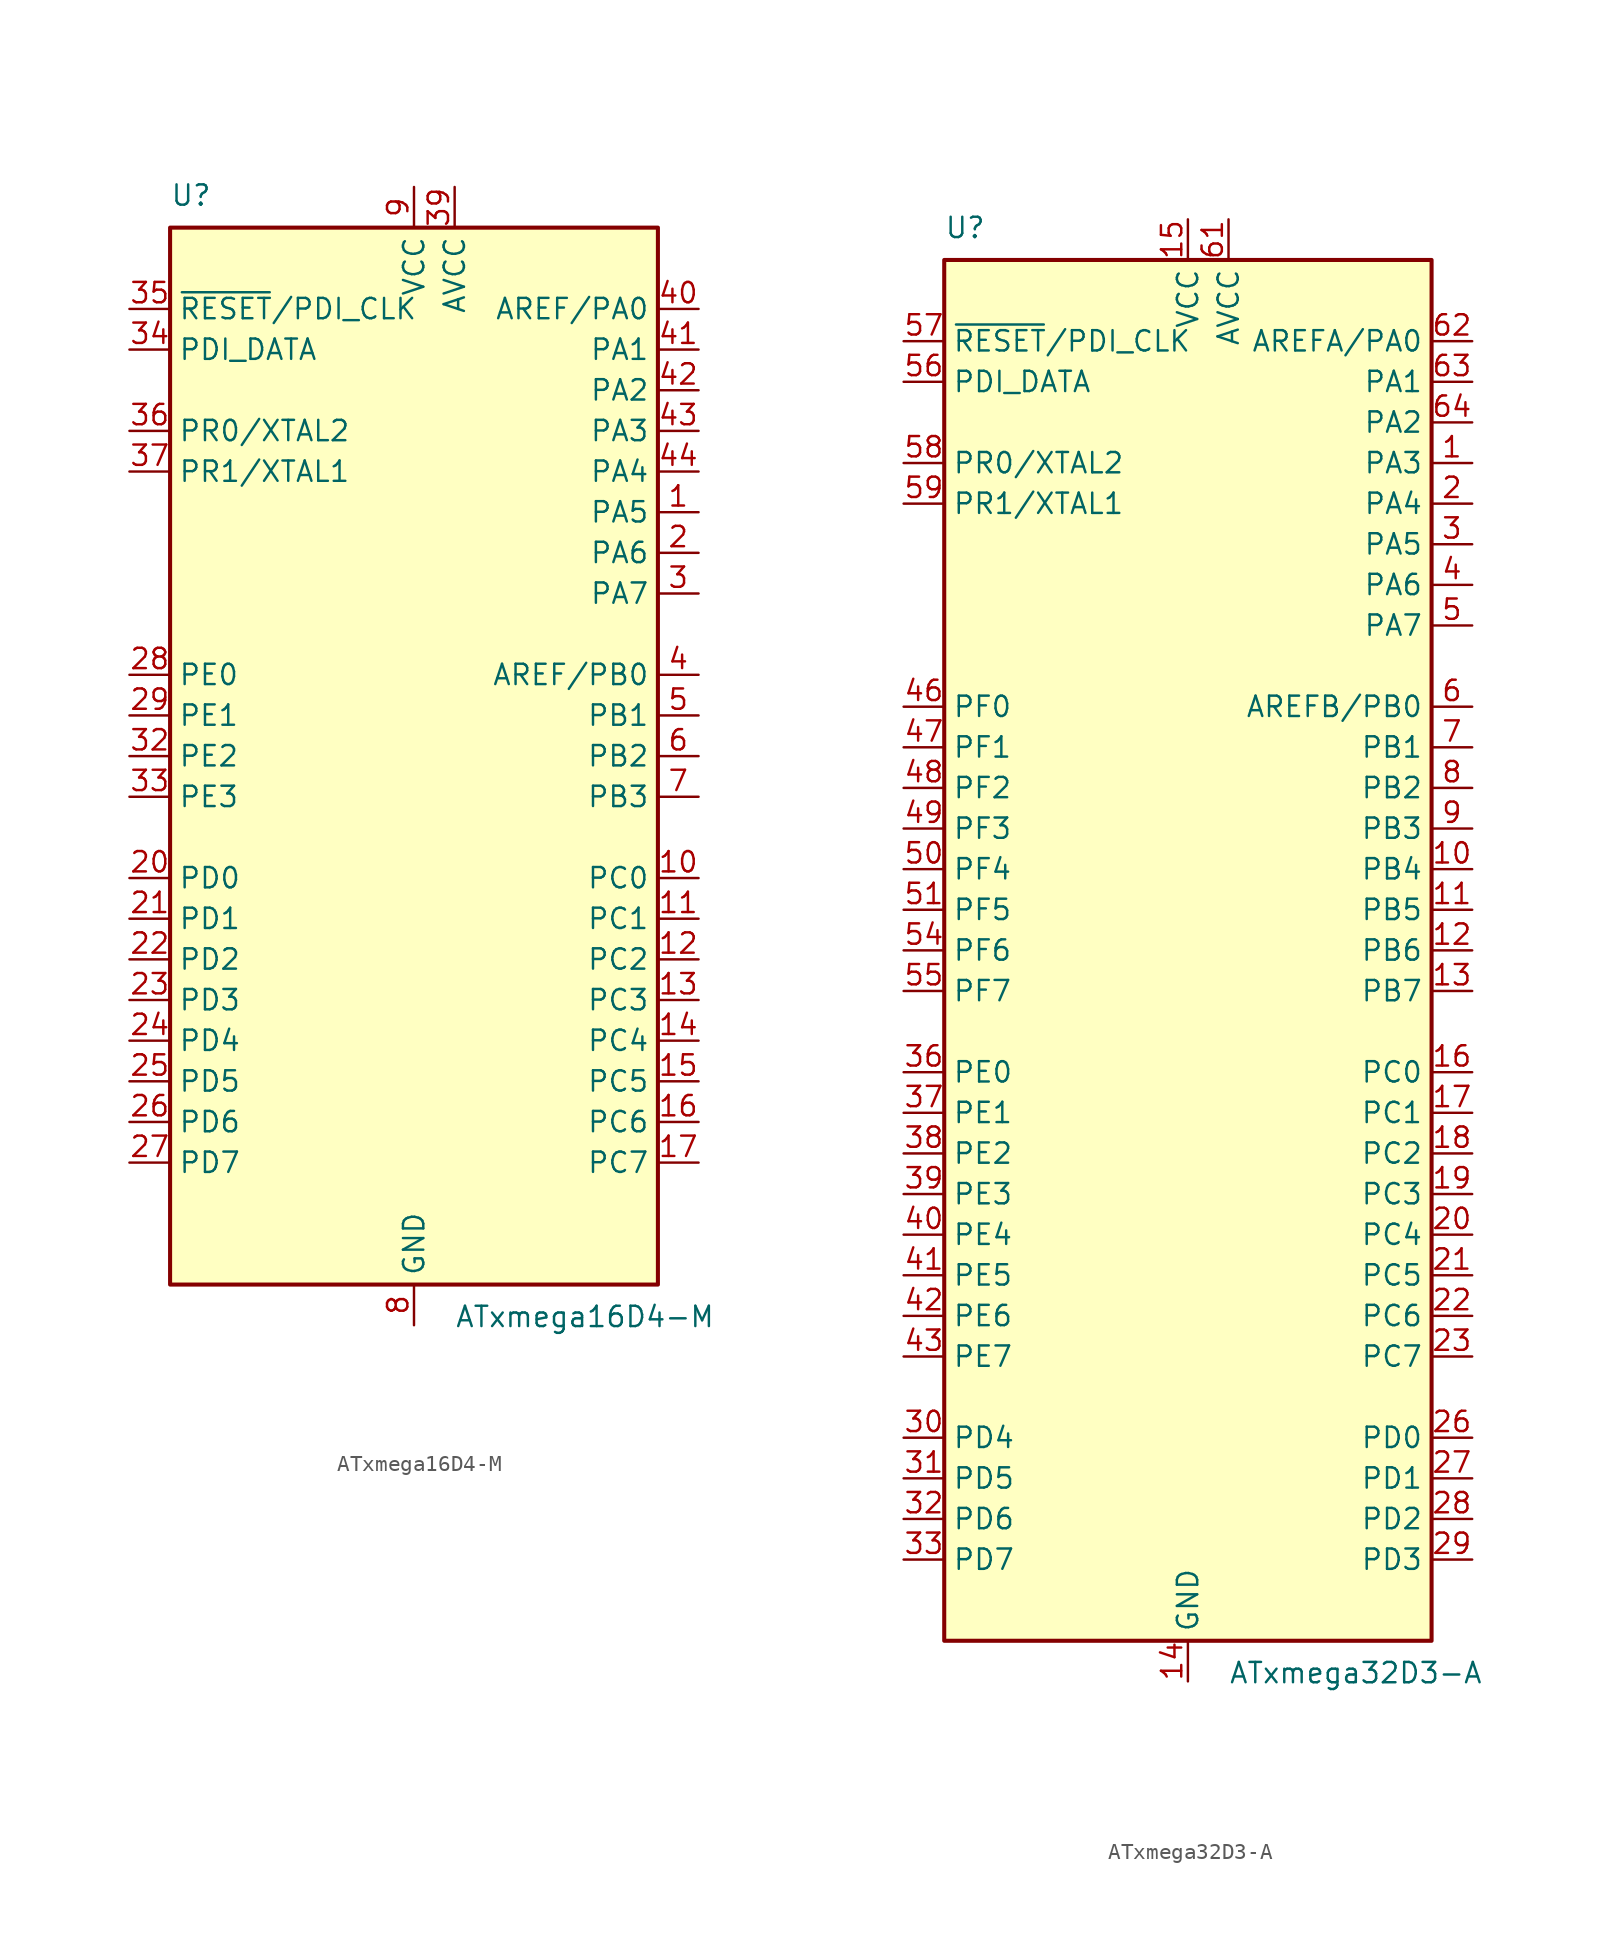
<source format=kicad_sym>
(kicad_symbol_lib
  (version 20211014)
  (generator kicad_symbol_editor)
  (symbol "ATxmega16D4-M"
    (property "Reference" "U"
      (at -15.24 34.29 0)
      (effects (font (size 1.27 1.27)) (justify left bottom)))
    (property "Value" "ATxmega16D4-M"
      (at 2.54 -34.29 0)
      (effects (font (size 1.27 1.27)) (justify left top)))
    (symbol "ATxmega16D4-M_0_1"
      (rectangle (start -15.24 -33.02) (end 15.24 33.02) (stroke (width 0.254) (type default) (color 0 0 0 0)) (fill (type background))))
    (symbol "ATxmega16D4-M_1_1"
      (pin bidirectional line (at 17.78 15.24 180) (length 2.54) (name "PA5" (effects (font (size 1.27 1.27)))) (number "1" (effects (font (size 1.27 1.27)))))
      (pin bidirectional line (at 17.78 -7.62 180) (length 2.54) (name "PC0" (effects (font (size 1.27 1.27)))) (number "10" (effects (font (size 1.27 1.27)))))
      (pin bidirectional line (at 17.78 -10.16 180) (length 2.54) (name "PC1" (effects (font (size 1.27 1.27)))) (number "11" (effects (font (size 1.27 1.27)))))
      (pin bidirectional line (at 17.78 -12.7 180) (length 2.54) (name "PC2" (effects (font (size 1.27 1.27)))) (number "12" (effects (font (size 1.27 1.27)))))
      (pin bidirectional line (at 17.78 -15.24 180) (length 2.54) (name "PC3" (effects (font (size 1.27 1.27)))) (number "13" (effects (font (size 1.27 1.27)))))
      (pin bidirectional line (at 17.78 -17.78 180) (length 2.54) (name "PC4" (effects (font (size 1.27 1.27)))) (number "14" (effects (font (size 1.27 1.27)))))
      (pin bidirectional line (at 17.78 -20.32 180) (length 2.54) (name "PC5" (effects (font (size 1.27 1.27)))) (number "15" (effects (font (size 1.27 1.27)))))
      (pin bidirectional line (at 17.78 -22.86 180) (length 2.54) (name "PC6" (effects (font (size 1.27 1.27)))) (number "16" (effects (font (size 1.27 1.27)))))
      (pin bidirectional line (at 17.78 -25.4 180) (length 2.54) (name "PC7" (effects (font (size 1.27 1.27)))) (number "17" (effects (font (size 1.27 1.27)))))
      (pin passive line (at 0 -35.56 90) (length 2.54) hide (name "GND" (effects (font (size 1.27 1.27)))) (number "18" (effects (font (size 1.27 1.27)))))
      (pin passive line (at 0 35.56 270) (length 2.54) hide (name "VCC" (effects (font (size 1.27 1.27)))) (number "19" (effects (font (size 1.27 1.27)))))
      (pin bidirectional line (at 17.78 12.7 180) (length 2.54) (name "PA6" (effects (font (size 1.27 1.27)))) (number "2" (effects (font (size 1.27 1.27)))))
      (pin bidirectional line (at -17.78 -7.62 0) (length 2.54) (name "PD0" (effects (font (size 1.27 1.27)))) (number "20" (effects (font (size 1.27 1.27)))))
      (pin bidirectional line (at -17.78 -10.16 0) (length 2.54) (name "PD1" (effects (font (size 1.27 1.27)))) (number "21" (effects (font (size 1.27 1.27)))))
      (pin bidirectional line (at -17.78 -12.7 0) (length 2.54) (name "PD2" (effects (font (size 1.27 1.27)))) (number "22" (effects (font (size 1.27 1.27)))))
      (pin bidirectional line (at -17.78 -15.24 0) (length 2.54) (name "PD3" (effects (font (size 1.27 1.27)))) (number "23" (effects (font (size 1.27 1.27)))))
      (pin bidirectional line (at -17.78 -17.78 0) (length 2.54) (name "PD4" (effects (font (size 1.27 1.27)))) (number "24" (effects (font (size 1.27 1.27)))))
      (pin bidirectional line (at -17.78 -20.32 0) (length 2.54) (name "PD5" (effects (font (size 1.27 1.27)))) (number "25" (effects (font (size 1.27 1.27)))))
      (pin bidirectional line (at -17.78 -22.86 0) (length 2.54) (name "PD6" (effects (font (size 1.27 1.27)))) (number "26" (effects (font (size 1.27 1.27)))))
      (pin bidirectional line (at -17.78 -25.4 0) (length 2.54) (name "PD7" (effects (font (size 1.27 1.27)))) (number "27" (effects (font (size 1.27 1.27)))))
      (pin bidirectional line (at -17.78 5.08 0) (length 2.54) (name "PE0" (effects (font (size 1.27 1.27)))) (number "28" (effects (font (size 1.27 1.27)))))
      (pin bidirectional line (at -17.78 2.54 0) (length 2.54) (name "PE1" (effects (font (size 1.27 1.27)))) (number "29" (effects (font (size 1.27 1.27)))))
      (pin bidirectional line (at 17.78 10.16 180) (length 2.54) (name "PA7" (effects (font (size 1.27 1.27)))) (number "3" (effects (font (size 1.27 1.27)))))
      (pin passive line (at 0 -35.56 90) (length 2.54) hide (name "GND" (effects (font (size 1.27 1.27)))) (number "30" (effects (font (size 1.27 1.27)))))
      (pin passive line (at 0 35.56 270) (length 2.54) hide (name "VCC" (effects (font (size 1.27 1.27)))) (number "31" (effects (font (size 1.27 1.27)))))
      (pin bidirectional line (at -17.78 0 0) (length 2.54) (name "PE2" (effects (font (size 1.27 1.27)))) (number "32" (effects (font (size 1.27 1.27)))))
      (pin bidirectional line (at -17.78 -2.54 0) (length 2.54) (name "PE3" (effects (font (size 1.27 1.27)))) (number "33" (effects (font (size 1.27 1.27)))))
      (pin bidirectional line (at -17.78 25.4 0) (length 2.54) (name "PDI_DATA" (effects (font (size 1.27 1.27)))) (number "34" (effects (font (size 1.27 1.27)))))
      (pin input line (at -17.78 27.94 0) (length 2.54) (name "~{RESET}/PDI_CLK" (effects (font (size 1.27 1.27)))) (number "35" (effects (font (size 1.27 1.27)))))
      (pin bidirectional line (at -17.78 20.32 0) (length 2.54) (name "PR0/XTAL2" (effects (font (size 1.27 1.27)))) (number "36" (effects (font (size 1.27 1.27)))))
      (pin bidirectional line (at -17.78 17.78 0) (length 2.54) (name "PR1/XTAL1" (effects (font (size 1.27 1.27)))) (number "37" (effects (font (size 1.27 1.27)))))
      (pin passive line (at 0 -35.56 90) (length 2.54) hide (name "GND" (effects (font (size 1.27 1.27)))) (number "38" (effects (font (size 1.27 1.27)))))
      (pin power_in line (at 2.54 35.56 270) (length 2.54) (name "AVCC" (effects (font (size 1.27 1.27)))) (number "39" (effects (font (size 1.27 1.27)))))
      (pin bidirectional line (at 17.78 5.08 180) (length 2.54) (name "AREF/PB0" (effects (font (size 1.27 1.27)))) (number "4" (effects (font (size 1.27 1.27)))))
      (pin bidirectional line (at 17.78 27.94 180) (length 2.54) (name "AREF/PA0" (effects (font (size 1.27 1.27)))) (number "40" (effects (font (size 1.27 1.27)))))
      (pin bidirectional line (at 17.78 25.4 180) (length 2.54) (name "PA1" (effects (font (size 1.27 1.27)))) (number "41" (effects (font (size 1.27 1.27)))))
      (pin bidirectional line (at 17.78 22.86 180) (length 2.54) (name "PA2" (effects (font (size 1.27 1.27)))) (number "42" (effects (font (size 1.27 1.27)))))
      (pin bidirectional line (at 17.78 20.32 180) (length 2.54) (name "PA3" (effects (font (size 1.27 1.27)))) (number "43" (effects (font (size 1.27 1.27)))))
      (pin bidirectional line (at 17.78 17.78 180) (length 2.54) (name "PA4" (effects (font (size 1.27 1.27)))) (number "44" (effects (font (size 1.27 1.27)))))
      (pin passive line (at 0 -35.56 90) (length 2.54) hide (name "GND" (effects (font (size 1.27 1.27)))) (number "45" (effects (font (size 1.27 1.27)))))
      (pin bidirectional line (at 17.78 2.54 180) (length 2.54) (name "PB1" (effects (font (size 1.27 1.27)))) (number "5" (effects (font (size 1.27 1.27)))))
      (pin bidirectional line (at 17.78 0 180) (length 2.54) (name "PB2" (effects (font (size 1.27 1.27)))) (number "6" (effects (font (size 1.27 1.27)))))
      (pin bidirectional line (at 17.78 -2.54 180) (length 2.54) (name "PB3" (effects (font (size 1.27 1.27)))) (number "7" (effects (font (size 1.27 1.27)))))
      (pin power_in line (at 0 -35.56 90) (length 2.54) (name "GND" (effects (font (size 1.27 1.27)))) (number "8" (effects (font (size 1.27 1.27)))))
      (pin power_in line (at 0 35.56 270) (length 2.54) (name "VCC" (effects (font (size 1.27 1.27)))) (number "9" (effects (font (size 1.27 1.27)))))))
  (symbol "ATxmega32D3-A"
    (property "Reference" "U"
      (at -15.24 44.45 0)
      (effects (font (size 1.27 1.27)) (justify left bottom)))
    (property "Value" "ATxmega32D3-A"
      (at 2.54 -44.45 0)
      (effects (font (size 1.27 1.27)) (justify left top)))
    (symbol "ATxmega32D3-A_0_1"
      (rectangle (start -15.24 -43.18) (end 15.24 43.18) (stroke (width 0.254) (type default) (color 0 0 0 0)) (fill (type background))))
    (symbol "ATxmega32D3-A_1_1"
      (pin bidirectional line (at 17.78 30.48 180) (length 2.54) (name "PA3" (effects (font (size 1.27 1.27)))) (number "1" (effects (font (size 1.27 1.27)))))
      (pin bidirectional line (at 17.78 5.08 180) (length 2.54) (name "PB4" (effects (font (size 1.27 1.27)))) (number "10" (effects (font (size 1.27 1.27)))))
      (pin bidirectional line (at 17.78 2.54 180) (length 2.54) (name "PB5" (effects (font (size 1.27 1.27)))) (number "11" (effects (font (size 1.27 1.27)))))
      (pin bidirectional line (at 17.78 0 180) (length 2.54) (name "PB6" (effects (font (size 1.27 1.27)))) (number "12" (effects (font (size 1.27 1.27)))))
      (pin bidirectional line (at 17.78 -2.54 180) (length 2.54) (name "PB7" (effects (font (size 1.27 1.27)))) (number "13" (effects (font (size 1.27 1.27)))))
      (pin power_in line (at 0 -45.72 90) (length 2.54) (name "GND" (effects (font (size 1.27 1.27)))) (number "14" (effects (font (size 1.27 1.27)))))
      (pin power_in line (at 0 45.72 270) (length 2.54) (name "VCC" (effects (font (size 1.27 1.27)))) (number "15" (effects (font (size 1.27 1.27)))))
      (pin bidirectional line (at 17.78 -7.62 180) (length 2.54) (name "PC0" (effects (font (size 1.27 1.27)))) (number "16" (effects (font (size 1.27 1.27)))))
      (pin bidirectional line (at 17.78 -10.16 180) (length 2.54) (name "PC1" (effects (font (size 1.27 1.27)))) (number "17" (effects (font (size 1.27 1.27)))))
      (pin bidirectional line (at 17.78 -12.7 180) (length 2.54) (name "PC2" (effects (font (size 1.27 1.27)))) (number "18" (effects (font (size 1.27 1.27)))))
      (pin bidirectional line (at 17.78 -15.24 180) (length 2.54) (name "PC3" (effects (font (size 1.27 1.27)))) (number "19" (effects (font (size 1.27 1.27)))))
      (pin bidirectional line (at 17.78 27.94 180) (length 2.54) (name "PA4" (effects (font (size 1.27 1.27)))) (number "2" (effects (font (size 1.27 1.27)))))
      (pin bidirectional line (at 17.78 -17.78 180) (length 2.54) (name "PC4" (effects (font (size 1.27 1.27)))) (number "20" (effects (font (size 1.27 1.27)))))
      (pin bidirectional line (at 17.78 -20.32 180) (length 2.54) (name "PC5" (effects (font (size 1.27 1.27)))) (number "21" (effects (font (size 1.27 1.27)))))
      (pin bidirectional line (at 17.78 -22.86 180) (length 2.54) (name "PC6" (effects (font (size 1.27 1.27)))) (number "22" (effects (font (size 1.27 1.27)))))
      (pin bidirectional line (at 17.78 -25.4 180) (length 2.54) (name "PC7" (effects (font (size 1.27 1.27)))) (number "23" (effects (font (size 1.27 1.27)))))
      (pin passive line (at 0 -45.72 90) (length 2.54) hide (name "GND" (effects (font (size 1.27 1.27)))) (number "24" (effects (font (size 1.27 1.27)))))
      (pin passive line (at 0 45.72 270) (length 2.54) hide (name "VCC" (effects (font (size 1.27 1.27)))) (number "25" (effects (font (size 1.27 1.27)))))
      (pin bidirectional line (at 17.78 -30.48 180) (length 2.54) (name "PD0" (effects (font (size 1.27 1.27)))) (number "26" (effects (font (size 1.27 1.27)))))
      (pin bidirectional line (at 17.78 -33.02 180) (length 2.54) (name "PD1" (effects (font (size 1.27 1.27)))) (number "27" (effects (font (size 1.27 1.27)))))
      (pin bidirectional line (at 17.78 -35.56 180) (length 2.54) (name "PD2" (effects (font (size 1.27 1.27)))) (number "28" (effects (font (size 1.27 1.27)))))
      (pin bidirectional line (at 17.78 -38.1 180) (length 2.54) (name "PD3" (effects (font (size 1.27 1.27)))) (number "29" (effects (font (size 1.27 1.27)))))
      (pin bidirectional line (at 17.78 25.4 180) (length 2.54) (name "PA5" (effects (font (size 1.27 1.27)))) (number "3" (effects (font (size 1.27 1.27)))))
      (pin bidirectional line (at -17.78 -30.48 0) (length 2.54) (name "PD4" (effects (font (size 1.27 1.27)))) (number "30" (effects (font (size 1.27 1.27)))))
      (pin bidirectional line (at -17.78 -33.02 0) (length 2.54) (name "PD5" (effects (font (size 1.27 1.27)))) (number "31" (effects (font (size 1.27 1.27)))))
      (pin bidirectional line (at -17.78 -35.56 0) (length 2.54) (name "PD6" (effects (font (size 1.27 1.27)))) (number "32" (effects (font (size 1.27 1.27)))))
      (pin bidirectional line (at -17.78 -38.1 0) (length 2.54) (name "PD7" (effects (font (size 1.27 1.27)))) (number "33" (effects (font (size 1.27 1.27)))))
      (pin passive line (at 0 -45.72 90) (length 2.54) hide (name "GND" (effects (font (size 1.27 1.27)))) (number "34" (effects (font (size 1.27 1.27)))))
      (pin passive line (at 0 45.72 270) (length 2.54) hide (name "VCC" (effects (font (size 1.27 1.27)))) (number "35" (effects (font (size 1.27 1.27)))))
      (pin bidirectional line (at -17.78 -7.62 0) (length 2.54) (name "PE0" (effects (font (size 1.27 1.27)))) (number "36" (effects (font (size 1.27 1.27)))))
      (pin bidirectional line (at -17.78 -10.16 0) (length 2.54) (name "PE1" (effects (font (size 1.27 1.27)))) (number "37" (effects (font (size 1.27 1.27)))))
      (pin bidirectional line (at -17.78 -12.7 0) (length 2.54) (name "PE2" (effects (font (size 1.27 1.27)))) (number "38" (effects (font (size 1.27 1.27)))))
      (pin bidirectional line (at -17.78 -15.24 0) (length 2.54) (name "PE3" (effects (font (size 1.27 1.27)))) (number "39" (effects (font (size 1.27 1.27)))))
      (pin bidirectional line (at 17.78 22.86 180) (length 2.54) (name "PA6" (effects (font (size 1.27 1.27)))) (number "4" (effects (font (size 1.27 1.27)))))
      (pin bidirectional line (at -17.78 -17.78 0) (length 2.54) (name "PE4" (effects (font (size 1.27 1.27)))) (number "40" (effects (font (size 1.27 1.27)))))
      (pin bidirectional line (at -17.78 -20.32 0) (length 2.54) (name "PE5" (effects (font (size 1.27 1.27)))) (number "41" (effects (font (size 1.27 1.27)))))
      (pin bidirectional line (at -17.78 -22.86 0) (length 2.54) (name "PE6" (effects (font (size 1.27 1.27)))) (number "42" (effects (font (size 1.27 1.27)))))
      (pin bidirectional line (at -17.78 -25.4 0) (length 2.54) (name "PE7" (effects (font (size 1.27 1.27)))) (number "43" (effects (font (size 1.27 1.27)))))
      (pin passive line (at 0 -45.72 90) (length 2.54) hide (name "GND" (effects (font (size 1.27 1.27)))) (number "44" (effects (font (size 1.27 1.27)))))
      (pin passive line (at 0 45.72 270) (length 2.54) hide (name "VCC" (effects (font (size 1.27 1.27)))) (number "45" (effects (font (size 1.27 1.27)))))
      (pin bidirectional line (at -17.78 15.24 0) (length 2.54) (name "PF0" (effects (font (size 1.27 1.27)))) (number "46" (effects (font (size 1.27 1.27)))))
      (pin bidirectional line (at -17.78 12.7 0) (length 2.54) (name "PF1" (effects (font (size 1.27 1.27)))) (number "47" (effects (font (size 1.27 1.27)))))
      (pin bidirectional line (at -17.78 10.16 0) (length 2.54) (name "PF2" (effects (font (size 1.27 1.27)))) (number "48" (effects (font (size 1.27 1.27)))))
      (pin bidirectional line (at -17.78 7.62 0) (length 2.54) (name "PF3" (effects (font (size 1.27 1.27)))) (number "49" (effects (font (size 1.27 1.27)))))
      (pin bidirectional line (at 17.78 20.32 180) (length 2.54) (name "PA7" (effects (font (size 1.27 1.27)))) (number "5" (effects (font (size 1.27 1.27)))))
      (pin bidirectional line (at -17.78 5.08 0) (length 2.54) (name "PF4" (effects (font (size 1.27 1.27)))) (number "50" (effects (font (size 1.27 1.27)))))
      (pin bidirectional line (at -17.78 2.54 0) (length 2.54) (name "PF5" (effects (font (size 1.27 1.27)))) (number "51" (effects (font (size 1.27 1.27)))))
      (pin passive line (at 0 -45.72 90) (length 2.54) hide (name "GND" (effects (font (size 1.27 1.27)))) (number "52" (effects (font (size 1.27 1.27)))))
      (pin passive line (at 0 45.72 270) (length 2.54) hide (name "VCC" (effects (font (size 1.27 1.27)))) (number "53" (effects (font (size 1.27 1.27)))))
      (pin bidirectional line (at -17.78 0 0) (length 2.54) (name "PF6" (effects (font (size 1.27 1.27)))) (number "54" (effects (font (size 1.27 1.27)))))
      (pin bidirectional line (at -17.78 -2.54 0) (length 2.54) (name "PF7" (effects (font (size 1.27 1.27)))) (number "55" (effects (font (size 1.27 1.27)))))
      (pin bidirectional line (at -17.78 35.56 0) (length 2.54) (name "PDI_DATA" (effects (font (size 1.27 1.27)))) (number "56" (effects (font (size 1.27 1.27)))))
      (pin input line (at -17.78 38.1 0) (length 2.54) (name "~{RESET}/PDI_CLK" (effects (font (size 1.27 1.27)))) (number "57" (effects (font (size 1.27 1.27)))))
      (pin bidirectional line (at -17.78 30.48 0) (length 2.54) (name "PR0/XTAL2" (effects (font (size 1.27 1.27)))) (number "58" (effects (font (size 1.27 1.27)))))
      (pin bidirectional line (at -17.78 27.94 0) (length 2.54) (name "PR1/XTAL1" (effects (font (size 1.27 1.27)))) (number "59" (effects (font (size 1.27 1.27)))))
      (pin bidirectional line (at 17.78 15.24 180) (length 2.54) (name "AREFB/PB0" (effects (font (size 1.27 1.27)))) (number "6" (effects (font (size 1.27 1.27)))))
      (pin passive line (at 0 -45.72 90) (length 2.54) hide (name "GND" (effects (font (size 1.27 1.27)))) (number "60" (effects (font (size 1.27 1.27)))))
      (pin power_in line (at 2.54 45.72 270) (length 2.54) (name "AVCC" (effects (font (size 1.27 1.27)))) (number "61" (effects (font (size 1.27 1.27)))))
      (pin bidirectional line (at 17.78 38.1 180) (length 2.54) (name "AREFA/PA0" (effects (font (size 1.27 1.27)))) (number "62" (effects (font (size 1.27 1.27)))))
      (pin bidirectional line (at 17.78 35.56 180) (length 2.54) (name "PA1" (effects (font (size 1.27 1.27)))) (number "63" (effects (font (size 1.27 1.27)))))
      (pin bidirectional line (at 17.78 33.02 180) (length 2.54) (name "PA2" (effects (font (size 1.27 1.27)))) (number "64" (effects (font (size 1.27 1.27)))))
      (pin bidirectional line (at 17.78 12.7 180) (length 2.54) (name "PB1" (effects (font (size 1.27 1.27)))) (number "7" (effects (font (size 1.27 1.27)))))
      (pin bidirectional line (at 17.78 10.16 180) (length 2.54) (name "PB2" (effects (font (size 1.27 1.27)))) (number "8" (effects (font (size 1.27 1.27)))))
      (pin bidirectional line (at 17.78 7.62 180) (length 2.54) (name "PB3" (effects (font (size 1.27 1.27)))) (number "9" (effects (font (size 1.27 1.27))))))))
</source>
